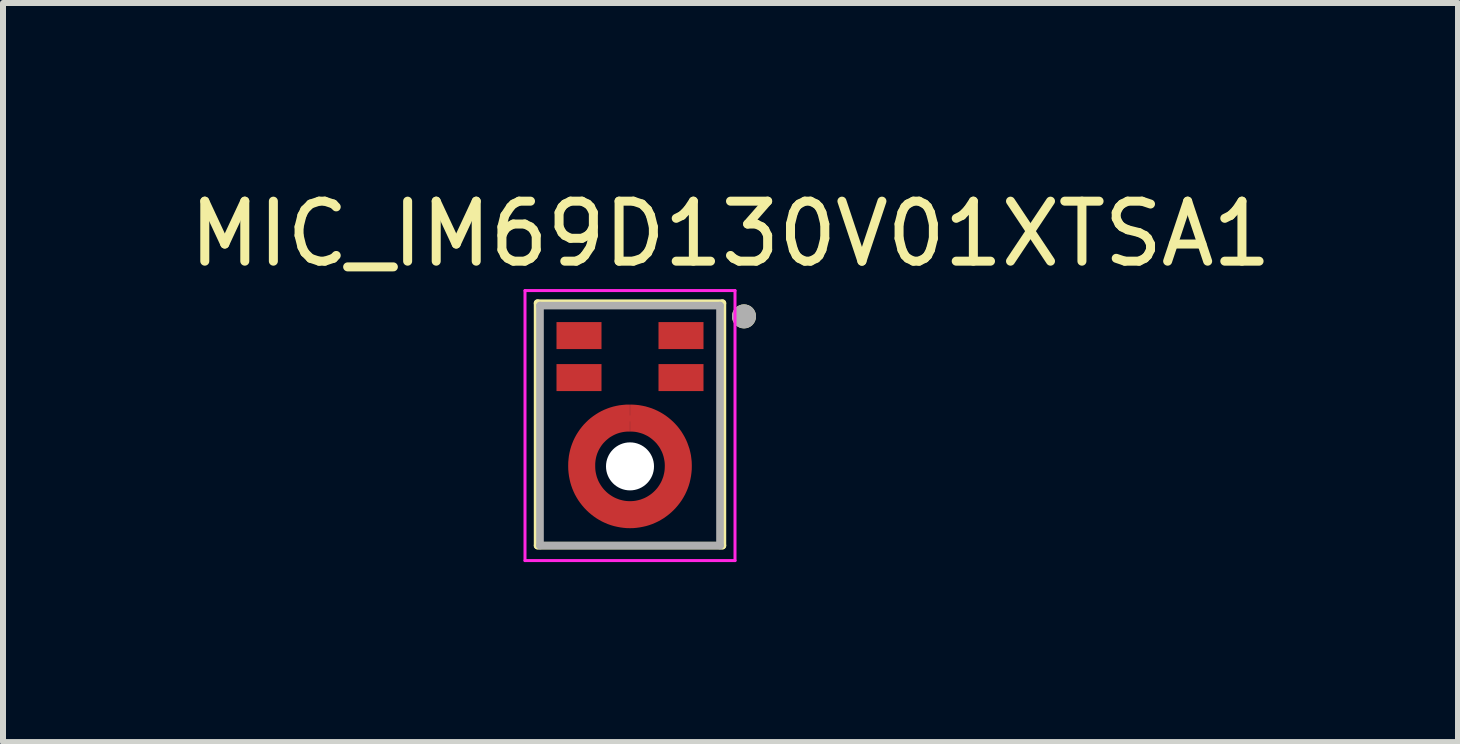
<source format=kicad_pcb>
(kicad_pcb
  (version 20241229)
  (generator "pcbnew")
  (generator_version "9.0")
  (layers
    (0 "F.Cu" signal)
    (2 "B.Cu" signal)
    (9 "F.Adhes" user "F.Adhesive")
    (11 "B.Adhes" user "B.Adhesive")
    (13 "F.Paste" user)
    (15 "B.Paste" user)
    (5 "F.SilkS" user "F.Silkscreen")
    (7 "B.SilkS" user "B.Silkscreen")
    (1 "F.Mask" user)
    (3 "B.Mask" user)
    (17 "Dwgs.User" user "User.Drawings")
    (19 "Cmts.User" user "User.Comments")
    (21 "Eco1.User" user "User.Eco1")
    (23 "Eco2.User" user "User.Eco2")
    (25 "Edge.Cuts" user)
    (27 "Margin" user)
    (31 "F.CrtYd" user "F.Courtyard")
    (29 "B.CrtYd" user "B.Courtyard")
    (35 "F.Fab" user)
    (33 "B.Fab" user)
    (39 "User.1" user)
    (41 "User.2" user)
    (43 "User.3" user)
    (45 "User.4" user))
  (footprint "MIC_IM69D130V01XTSA1"
    (layer "F.Cu")
    (at 7.45 4.043)
    (property "Reference" "MIC_IM69D130V01XTSA1" (at 1.675 -3.195 0) (layer "F.SilkS") (effects (font (size 1 1) (thickness 0.15))))
    (attr through_hole)
    (fp_circle (center 0 0.68) (end 1.13 0.68) (stroke (width 0) (type solid)) (fill yes) (layer "F.Mask"))
    (fp_line (start -1.54 -2.04) (end 1.54 -2.04) (stroke (width 0.127) (type solid)) (layer "F.SilkS"))
    (fp_line (start -1.54 2) (end -1.54 -2.04) (stroke (width 0.127) (type solid)) (layer "F.SilkS"))
    (fp_line (start 1.54 -2.04) (end 1.54 2) (stroke (width 0.127) (type solid)) (layer "F.SilkS"))
    (fp_line (start 1.54 2) (end -1.54 2) (stroke (width 0.127) (type solid)) (layer "F.SilkS"))
    (fp_circle (center 1.9 -1.82) (end 2 -1.82) (stroke (width 0.2) (type solid)) (fill no) (layer "F.SilkS"))
    (fp_poly (pts (xy -0.75 -1.3) (xy -0.95 -1.3) (xy -0.971 -1.301) (xy -0.992 -1.304) (xy -1.012 -1.31) (xy -1.031 -1.317) (xy -1.05 -1.327) (xy -1.068 -1.338) (xy -1.084 -1.351) (xy -1.099 -1.366) (xy -1.112 -1.382) (xy -1.123 -1.4) (xy -1.133 -1.419) (xy -1.14 -1.438) (xy -1.146 -1.458) (xy -1.149 -1.479) (xy -1.15 -1.5) (xy -1.149 -1.521) (xy -1.146 -1.542) (xy -1.14 -1.562) (xy -1.133 -1.581) (xy -1.123 -1.6) (xy -1.112 -1.618) (xy -1.099 -1.634) (xy -1.084 -1.649) (xy -1.068 -1.662) (xy -1.05 -1.673) (xy -1.031 -1.683) (xy -1.012 -1.69) (xy -0.992 -1.696) (xy -0.971 -1.699) (xy -0.95 -1.7) (xy -0.75 -1.7) (xy -0.729 -1.699) (xy -0.708 -1.696) (xy -0.688 -1.69) (xy -0.669 -1.683) (xy -0.65 -1.673) (xy -0.632 -1.662) (xy -0.616 -1.649) (xy -0.601 -1.634) (xy -0.588 -1.618) (xy -0.577 -1.6) (xy -0.567 -1.581) (xy -0.56 -1.562) (xy -0.554 -1.542) (xy -0.551 -1.521) (xy -0.55 -1.5) (xy -0.551 -1.479) (xy -0.554 -1.458) (xy -0.56 -1.438) (xy -0.567 -1.419) (xy -0.577 -1.4) (xy -0.588 -1.382) (xy -0.601 -1.366) (xy -0.616 -1.351) (xy -0.632 -1.338) (xy -0.65 -1.327) (xy -0.669 -1.317) (xy -0.688 -1.31) (xy -0.708 -1.304) (xy -0.729 -1.301) (xy -0.75 -1.3)) (stroke (width 0.0001) (type solid)) (fill yes) (layer "F.Paste"))
    (fp_poly (pts (xy -0.75 -0.6) (xy -0.95 -0.6) (xy -0.971 -0.601) (xy -0.992 -0.604) (xy -1.012 -0.61) (xy -1.031 -0.617) (xy -1.05 -0.627) (xy -1.068 -0.638) (xy -1.084 -0.651) (xy -1.099 -0.666) (xy -1.112 -0.682) (xy -1.123 -0.7) (xy -1.133 -0.719) (xy -1.14 -0.738) (xy -1.146 -0.758) (xy -1.149 -0.779) (xy -1.15 -0.8) (xy -1.149 -0.821) (xy -1.146 -0.842) (xy -1.14 -0.862) (xy -1.133 -0.881) (xy -1.123 -0.9) (xy -1.112 -0.918) (xy -1.099 -0.934) (xy -1.084 -0.949) (xy -1.068 -0.962) (xy -1.05 -0.973) (xy -1.031 -0.983) (xy -1.012 -0.99) (xy -0.992 -0.996) (xy -0.971 -0.999) (xy -0.95 -1) (xy -0.75 -1) (xy -0.729 -0.999) (xy -0.708 -0.996) (xy -0.688 -0.99) (xy -0.669 -0.983) (xy -0.65 -0.973) (xy -0.632 -0.962) (xy -0.616 -0.949) (xy -0.601 -0.934) (xy -0.588 -0.918) (xy -0.577 -0.9) (xy -0.567 -0.881) (xy -0.56 -0.862) (xy -0.554 -0.842) (xy -0.551 -0.821) (xy -0.55 -0.8) (xy -0.551 -0.779) (xy -0.554 -0.758) (xy -0.56 -0.738) (xy -0.567 -0.719) (xy -0.577 -0.7) (xy -0.588 -0.682) (xy -0.601 -0.666) (xy -0.616 -0.651) (xy -0.632 -0.638) (xy -0.65 -0.627) (xy -0.669 -0.617) (xy -0.688 -0.61) (xy -0.708 -0.604) (xy -0.729 -0.601) (xy -0.75 -0.6)) (stroke (width 0.0001) (type solid)) (fill yes) (layer "F.Paste"))
    (fp_poly (pts (xy 0.95 -1.3) (xy 0.75 -1.3) (xy 0.729 -1.301) (xy 0.708 -1.304) (xy 0.688 -1.31) (xy 0.669 -1.317) (xy 0.65 -1.327) (xy 0.632 -1.338) (xy 0.616 -1.351) (xy 0.601 -1.366) (xy 0.588 -1.382) (xy 0.577 -1.4) (xy 0.567 -1.419) (xy 0.56 -1.438) (xy 0.554 -1.458) (xy 0.551 -1.479) (xy 0.55 -1.5) (xy 0.551 -1.521) (xy 0.554 -1.542) (xy 0.56 -1.562) (xy 0.567 -1.581) (xy 0.577 -1.6) (xy 0.588 -1.618) (xy 0.601 -1.634) (xy 0.616 -1.649) (xy 0.632 -1.662) (xy 0.65 -1.673) (xy 0.669 -1.683) (xy 0.688 -1.69) (xy 0.708 -1.696) (xy 0.729 -1.699) (xy 0.75 -1.7) (xy 0.95 -1.7) (xy 0.971 -1.699) (xy 0.992 -1.696) (xy 1.012 -1.69) (xy 1.031 -1.683) (xy 1.05 -1.673) (xy 1.068 -1.662) (xy 1.084 -1.649) (xy 1.099 -1.634) (xy 1.112 -1.618) (xy 1.123 -1.6) (xy 1.133 -1.581) (xy 1.14 -1.562) (xy 1.146 -1.542) (xy 1.149 -1.521) (xy 1.15 -1.5) (xy 1.149 -1.479) (xy 1.146 -1.458) (xy 1.14 -1.438) (xy 1.133 -1.419) (xy 1.123 -1.4) (xy 1.112 -1.382) (xy 1.099 -1.366) (xy 1.084 -1.351) (xy 1.068 -1.338) (xy 1.05 -1.327) (xy 1.031 -1.317) (xy 1.012 -1.31) (xy 0.992 -1.304) (xy 0.971 -1.301) (xy 0.95 -1.3)) (stroke (width 0.0001) (type solid)) (fill yes) (layer "F.Paste"))
    (fp_poly (pts (xy 0.95 -0.6) (xy 0.75 -0.6) (xy 0.729 -0.601) (xy 0.708 -0.604) (xy 0.688 -0.61) (xy 0.669 -0.617) (xy 0.65 -0.627) (xy 0.632 -0.638) (xy 0.616 -0.651) (xy 0.601 -0.666) (xy 0.588 -0.682) (xy 0.577 -0.7) (xy 0.567 -0.719) (xy 0.56 -0.738) (xy 0.554 -0.758) (xy 0.551 -0.779) (xy 0.55 -0.8) (xy 0.551 -0.821) (xy 0.554 -0.842) (xy 0.56 -0.862) (xy 0.567 -0.881) (xy 0.577 -0.9) (xy 0.588 -0.918) (xy 0.601 -0.934) (xy 0.616 -0.949) (xy 0.632 -0.962) (xy 0.65 -0.973) (xy 0.669 -0.983) (xy 0.688 -0.99) (xy 0.708 -0.996) (xy 0.729 -0.999) (xy 0.75 -1) (xy 0.95 -1) (xy 0.971 -0.999) (xy 0.992 -0.996) (xy 1.012 -0.99) (xy 1.031 -0.983) (xy 1.05 -0.973) (xy 1.068 -0.962) (xy 1.084 -0.949) (xy 1.099 -0.934) (xy 1.112 -0.918) (xy 1.123 -0.9) (xy 1.133 -0.881) (xy 1.14 -0.862) (xy 1.146 -0.842) (xy 1.149 -0.821) (xy 1.15 -0.8) (xy 1.149 -0.779) (xy 1.146 -0.758) (xy 1.14 -0.738) (xy 1.133 -0.719) (xy 1.123 -0.7) (xy 1.112 -0.682) (xy 1.099 -0.666) (xy 1.084 -0.651) (xy 1.068 -0.638) (xy 1.05 -0.627) (xy 1.031 -0.617) (xy 1.012 -0.61) (xy 0.992 -0.604) (xy 0.971 -0.601) (xy 0.95 -0.6)) (stroke (width 0.0001) (type solid)) (fill yes) (layer "F.Paste"))
    (fp_poly (pts (xy -0.36 -0.11) (xy -0.36 -0.121) (xy -0.359 -0.132) (xy -0.357 -0.143) (xy -0.355 -0.154) (xy -0.353 -0.164) (xy -0.35 -0.175) (xy -0.346 -0.185) (xy -0.342 -0.195) (xy -0.337 -0.205) (xy -0.332 -0.215) (xy -0.326 -0.224) (xy -0.32 -0.233) (xy -0.313 -0.242) (xy -0.306 -0.251) (xy -0.298 -0.258) (xy -0.291 -0.266) (xy -0.282 -0.273) (xy -0.273 -0.28) (xy -0.264 -0.286) (xy -0.255 -0.292) (xy -0.245 -0.297) (xy -0.235 -0.302) (xy -0.225 -0.306) (xy -0.215 -0.31) (xy -0.204 -0.313) (xy -0.194 -0.315) (xy -0.183 -0.317) (xy -0.172 -0.319) (xy -0.161 -0.32) (xy -0.15 -0.32) (xy 0.15 -0.32) (xy 0.161 -0.32) (xy 0.172 -0.319) (xy 0.183 -0.317) (xy 0.194 -0.315) (xy 0.204 -0.313) (xy 0.215 -0.31) (xy 0.225 -0.306) (xy 0.235 -0.302) (xy 0.245 -0.297) (xy 0.255 -0.292) (xy 0.264 -0.286) (xy 0.273 -0.28) (xy 0.282 -0.273) (xy 0.291 -0.266) (xy 0.298 -0.258) (xy 0.306 -0.251) (xy 0.313 -0.242) (xy 0.32 -0.233) (xy 0.326 -0.224) (xy 0.332 -0.215) (xy 0.337 -0.205) (xy 0.342 -0.195) (xy 0.346 -0.185) (xy 0.35 -0.175) (xy 0.353 -0.164) (xy 0.355 -0.154) (xy 0.357 -0.143) (xy 0.359 -0.132) (xy 0.36 -0.121) (xy 0.36 -0.11) (xy 0.36 -0.099) (xy 0.359 -0.088) (xy 0.357 -0.077) (xy 0.355 -0.066) (xy 0.353 -0.056) (xy 0.35 -0.045) (xy 0.346 -0.035) (xy 0.342 -0.025) (xy 0.337 -0.015) (xy 0.332 -0.005) (xy 0.326 0.004) (xy 0.32 0.013) (xy 0.313 0.022) (xy 0.306 0.031) (xy 0.298 0.038) (xy 0.291 0.046) (xy 0.282 0.053) (xy 0.273 0.06) (xy 0.264 0.066) (xy 0.255 0.072) (xy 0.245 0.077) (xy 0.235 0.082) (xy 0.225 0.086) (xy 0.215 0.09) (xy 0.204 0.093) (xy 0.194 0.095) (xy 0.183 0.097) (xy 0.172 0.099) (xy 0.161 0.1) (xy 0.15 0.1) (xy 0.14 0.1) (xy 0.135 0.098) (xy 0.13 0.097) (xy 0.126 0.096) (xy 0.121 0.094) (xy 0.116 0.093) (xy 0.112 0.092) (xy 0.107 0.091) (xy 0.103 0.09) (xy 0.098 0.089) (xy 0.093 0.088) (xy 0.089 0.087) (xy 0.084 0.086) (xy 0.079 0.085) (xy 0.075 0.084) (xy 0.07 0.084) (xy 0.065 0.083) (xy 0.061 0.083) (xy 0.056 0.082) (xy 0.051 0.082) (xy 0.046 0.081) (xy 0.042 0.081) (xy 0.037 0.08) (xy 0.032 0.08) (xy 0.027 0.08) (xy 0.023 0.08) (xy 0.018 0.08) (xy 0.013 0.08) (xy 0.009 0.08) (xy 0.004 0.08) (xy 0 0.08) (xy -0.004 0.08) (xy -0.009 0.08) (xy -0.013 0.08) (xy -0.018 0.08) (xy -0.023 0.08) (xy -0.027 0.08) (xy -0.032 0.08) (xy -0.037 0.08) (xy -0.042 0.081) (xy -0.046 0.081) (xy -0.051 0.082) (xy -0.056 0.082) (xy -0.061 0.083) (xy -0.065 0.083) (xy -0.07 0.084) (xy -0.075 0.084) (xy -0.079 0.085) (xy -0.084 0.086) (xy -0.089 0.087) (xy -0.093 0.088) (xy -0.098 0.089) (xy -0.103 0.09) (xy -0.107 0.091) (xy -0.112 0.092) (xy -0.116 0.093) (xy -0.121 0.094) (xy -0.126 0.096) (xy -0.13 0.097) (xy -0.135 0.098) (xy -0.14 0.1) (xy -0.15 0.1) (xy -0.161 0.1) (xy -0.172 0.099) (xy -0.183 0.097) (xy -0.194 0.095) (xy -0.204 0.093) (xy -0.215 0.09) (xy -0.225 0.086) (xy -0.235 0.082) (xy -0.245 0.077) (xy -0.255 0.072) (xy -0.264 0.066) (xy -0.273 0.06) (xy -0.282 0.053) (xy -0.291 0.046) (xy -0.298 0.038) (xy -0.306 0.031) (xy -0.313 0.022) (xy -0.32 0.013) (xy -0.326 0.004) (xy -0.332 -0.005) (xy -0.337 -0.015) (xy -0.342 -0.025) (xy -0.346 -0.035) (xy -0.35 -0.045) (xy -0.353 -0.056) (xy -0.355 -0.066) (xy -0.357 -0.077) (xy -0.359 -0.088) (xy -0.36 -0.099) (xy -0.36 -0.11)) (stroke (width 0.001) (type solid)) (fill yes) (layer "F.Paste"))
    (fp_poly (pts (xy 0.36 1.47) (xy 0.36 1.481) (xy 0.359 1.492) (xy 0.357 1.503) (xy 0.355 1.514) (xy 0.353 1.524) (xy 0.35 1.535) (xy 0.346 1.545) (xy 0.342 1.555) (xy 0.337 1.565) (xy 0.332 1.575) (xy 0.326 1.584) (xy 0.32 1.593) (xy 0.313 1.602) (xy 0.306 1.611) (xy 0.298 1.618) (xy 0.291 1.626) (xy 0.282 1.633) (xy 0.273 1.64) (xy 0.264 1.646) (xy 0.255 1.652) (xy 0.245 1.657) (xy 0.235 1.662) (xy 0.225 1.666) (xy 0.215 1.67) (xy 0.204 1.673) (xy 0.194 1.675) (xy 0.183 1.677) (xy 0.172 1.679) (xy 0.161 1.68) (xy 0.15 1.68) (xy -0.15 1.68) (xy -0.161 1.68) (xy -0.172 1.679) (xy -0.183 1.677) (xy -0.194 1.675) (xy -0.204 1.673) (xy -0.215 1.67) (xy -0.225 1.666) (xy -0.235 1.662) (xy -0.245 1.657) (xy -0.255 1.652) (xy -0.264 1.646) (xy -0.273 1.64) (xy -0.282 1.633) (xy -0.291 1.626) (xy -0.298 1.618) (xy -0.306 1.611) (xy -0.313 1.602) (xy -0.32 1.593) (xy -0.326 1.584) (xy -0.332 1.575) (xy -0.337 1.565) (xy -0.342 1.555) (xy -0.346 1.545) (xy -0.35 1.535) (xy -0.353 1.524) (xy -0.355 1.514) (xy -0.357 1.503) (xy -0.359 1.492) (xy -0.36 1.481) (xy -0.36 1.47) (xy -0.36 1.459) (xy -0.359 1.448) (xy -0.357 1.437) (xy -0.355 1.426) (xy -0.353 1.416) (xy -0.35 1.405) (xy -0.346 1.395) (xy -0.342 1.385) (xy -0.337 1.375) (xy -0.332 1.365) (xy -0.326 1.356) (xy -0.32 1.347) (xy -0.313 1.338) (xy -0.306 1.329) (xy -0.298 1.322) (xy -0.291 1.314) (xy -0.282 1.307) (xy -0.273 1.3) (xy -0.264 1.294) (xy -0.255 1.288) (xy -0.245 1.283) (xy -0.235 1.278) (xy -0.225 1.274) (xy -0.215 1.27) (xy -0.204 1.267) (xy -0.194 1.265) (xy -0.183 1.263) (xy -0.172 1.261) (xy -0.161 1.26) (xy -0.15 1.26) (xy -0.14 1.26) (xy -0.135 1.262) (xy -0.13 1.263) (xy -0.126 1.264) (xy -0.121 1.266) (xy -0.116 1.267) (xy -0.112 1.268) (xy -0.107 1.269) (xy -0.103 1.27) (xy -0.098 1.271) (xy -0.093 1.272) (xy -0.089 1.273) (xy -0.084 1.274) (xy -0.079 1.275) (xy -0.075 1.276) (xy -0.07 1.276) (xy -0.065 1.277) (xy -0.061 1.277) (xy -0.056 1.278) (xy -0.051 1.278) (xy -0.046 1.279) (xy -0.042 1.279) (xy -0.037 1.28) (xy -0.032 1.28) (xy -0.027 1.28) (xy -0.023 1.28) (xy -0.018 1.28) (xy -0.013 1.28) (xy -0.009 1.28) (xy -0.004 1.28) (xy 0 1.28) (xy 0.004 1.28) (xy 0.009 1.28) (xy 0.013 1.28) (xy 0.018 1.28) (xy 0.023 1.28) (xy 0.027 1.28) (xy 0.032 1.28) (xy 0.037 1.28) (xy 0.042 1.279) (xy 0.046 1.279) (xy 0.051 1.278) (xy 0.056 1.278) (xy 0.061 1.277) (xy 0.065 1.277) (xy 0.07 1.276) (xy 0.075 1.276) (xy 0.079 1.275) (xy 0.084 1.274) (xy 0.089 1.273) (xy 0.093 1.272) (xy 0.098 1.271) (xy 0.103 1.27) (xy 0.107 1.269) (xy 0.112 1.268) (xy 0.116 1.267) (xy 0.121 1.266) (xy 0.126 1.264) (xy 0.13 1.263) (xy 0.135 1.262) (xy 0.14 1.26) (xy 0.15 1.26) (xy 0.161 1.26) (xy 0.172 1.261) (xy 0.183 1.263) (xy 0.194 1.265) (xy 0.204 1.267) (xy 0.215 1.27) (xy 0.225 1.274) (xy 0.235 1.278) (xy 0.245 1.283) (xy 0.255 1.288) (xy 0.264 1.294) (xy 0.273 1.3) (xy 0.282 1.307) (xy 0.291 1.314) (xy 0.298 1.322) (xy 0.306 1.329) (xy 0.313 1.338) (xy 0.32 1.347) (xy 0.326 1.356) (xy 0.332 1.365) (xy 0.337 1.375) (xy 0.342 1.385) (xy 0.346 1.395) (xy 0.35 1.405) (xy 0.353 1.416) (xy 0.355 1.426) (xy 0.357 1.437) (xy 0.359 1.448) (xy 0.36 1.459) (xy 0.36 1.47)) (stroke (width 0.001) (type solid)) (fill yes) (layer "F.Paste"))
    (fp_poly (pts (xy -0.864 0.597) (xy -0.874 0.591) (xy -0.883 0.585) (xy -0.891 0.578) (xy -0.9 0.571) (xy -0.908 0.563) (xy -0.915 0.555) (xy -0.922 0.547) (xy -0.929 0.538) (xy -0.935 0.529) (xy -0.941 0.52) (xy -0.946 0.51) (xy -0.951 0.5) (xy -0.955 0.49) (xy -0.959 0.48) (xy -0.962 0.469) (xy -0.965 0.459) (xy -0.967 0.448) (xy -0.968 0.437) (xy -0.969 0.426) (xy -0.969 0.415) (xy -0.969 0.404) (xy -0.968 0.393) (xy -0.967 0.382) (xy -0.965 0.371) (xy -0.962 0.361) (xy -0.959 0.35) (xy -0.955 0.34) (xy -0.951 0.329) (xy -0.946 0.32) (xy -0.941 0.31) (xy -0.866 0.18) (xy -0.791 0.05) (xy -0.785 0.041) (xy -0.779 0.032) (xy -0.772 0.023) (xy -0.765 0.015) (xy -0.758 0.007) (xy -0.75 -0.001) (xy -0.741 -0.008) (xy -0.733 -0.015) (xy -0.724 -0.021) (xy -0.714 -0.027) (xy -0.704 -0.032) (xy -0.695 -0.037) (xy -0.684 -0.041) (xy -0.674 -0.045) (xy -0.664 -0.048) (xy -0.653 -0.05) (xy -0.642 -0.052) (xy -0.631 -0.054) (xy -0.62 -0.055) (xy -0.609 -0.055) (xy -0.598 -0.055) (xy -0.587 -0.054) (xy -0.576 -0.052) (xy -0.565 -0.05) (xy -0.555 -0.048) (xy -0.544 -0.045) (xy -0.534 -0.041) (xy -0.524 -0.037) (xy -0.514 -0.032) (xy -0.504 -0.027) (xy -0.495 -0.021) (xy -0.486 -0.015) (xy -0.477 -0.008) (xy -0.469 -0.001) (xy -0.461 0.007) (xy -0.453 0.015) (xy -0.446 0.023) (xy -0.439 0.032) (xy -0.433 0.041) (xy -0.427 0.05) (xy -0.422 0.06) (xy -0.417 0.07) (xy -0.413 0.08) (xy -0.409 0.09) (xy -0.406 0.101) (xy -0.404 0.111) (xy -0.402 0.122) (xy -0.4 0.133) (xy -0.399 0.144) (xy -0.399 0.155) (xy -0.399 0.166) (xy -0.4 0.177) (xy -0.402 0.188) (xy -0.404 0.199) (xy -0.406 0.209) (xy -0.409 0.22) (xy -0.413 0.23) (xy -0.417 0.241) (xy -0.422 0.25) (xy -0.427 0.26) (xy -0.432 0.269) (xy -0.436 0.273) (xy -0.44 0.276) (xy -0.443 0.279) (xy -0.447 0.282) (xy -0.45 0.286) (xy -0.453 0.289) (xy -0.457 0.293) (xy -0.46 0.296) (xy -0.463 0.3) (xy -0.466 0.303) (xy -0.469 0.307) (xy -0.472 0.31) (xy -0.475 0.314) (xy -0.478 0.318) (xy -0.481 0.321) (xy -0.484 0.325) (xy -0.487 0.329) (xy -0.49 0.333) (xy -0.493 0.336) (xy -0.495 0.34) (xy -0.498 0.344) (xy -0.501 0.348) (xy -0.503 0.352) (xy -0.506 0.356) (xy -0.508 0.36) (xy -0.511 0.364) (xy -0.513 0.368) (xy -0.516 0.373) (xy -0.518 0.377) (xy -0.52 0.38) (xy -0.522 0.383) (xy -0.524 0.387) (xy -0.526 0.391) (xy -0.529 0.396) (xy -0.531 0.4) (xy -0.533 0.404) (xy -0.536 0.408) (xy -0.538 0.412) (xy -0.54 0.416) (xy -0.542 0.421) (xy -0.544 0.425) (xy -0.546 0.429) (xy -0.548 0.434) (xy -0.55 0.438) (xy -0.551 0.442) (xy -0.553 0.447) (xy -0.555 0.451) (xy -0.556 0.456) (xy -0.558 0.46) (xy -0.56 0.465) (xy -0.561 0.469) (xy -0.563 0.474) (xy -0.564 0.478) (xy -0.565 0.483) (xy -0.567 0.487) (xy -0.568 0.492) (xy -0.569 0.496) (xy -0.57 0.501) (xy -0.571 0.506) (xy -0.572 0.511) (xy -0.577 0.52) (xy -0.583 0.529) (xy -0.589 0.538) (xy -0.596 0.547) (xy -0.603 0.555) (xy -0.611 0.563) (xy -0.619 0.571) (xy -0.627 0.578) (xy -0.636 0.585) (xy -0.645 0.591) (xy -0.654 0.597) (xy -0.664 0.602) (xy -0.674 0.607) (xy -0.684 0.611) (xy -0.694 0.615) (xy -0.705 0.618) (xy -0.715 0.62) (xy -0.726 0.622) (xy -0.737 0.624) (xy -0.748 0.625) (xy -0.759 0.625) (xy -0.77 0.625) (xy -0.781 0.624) (xy -0.792 0.622) (xy -0.803 0.62) (xy -0.814 0.618) (xy -0.824 0.615) (xy -0.834 0.611) (xy -0.845 0.607) (xy -0.854 0.602) (xy -0.864 0.597) (xy -0.864 0.597)) (stroke (width 0.001) (type solid)) (fill yes) (layer "F.Paste"))
    (fp_poly (pts (xy -0.504 1.387) (xy -0.514 1.392) (xy -0.524 1.397) (xy -0.534 1.401) (xy -0.544 1.405) (xy -0.555 1.408) (xy -0.565 1.41) (xy -0.576 1.412) (xy -0.587 1.414) (xy -0.598 1.415) (xy -0.609 1.415) (xy -0.62 1.415) (xy -0.631 1.414) (xy -0.642 1.412) (xy -0.653 1.41) (xy -0.664 1.408) (xy -0.674 1.405) (xy -0.684 1.401) (xy -0.695 1.397) (xy -0.704 1.392) (xy -0.714 1.387) (xy -0.724 1.381) (xy -0.733 1.375) (xy -0.741 1.368) (xy -0.75 1.361) (xy -0.758 1.353) (xy -0.765 1.345) (xy -0.772 1.337) (xy -0.779 1.328) (xy -0.785 1.319) (xy -0.791 1.31) (xy -0.866 1.18) (xy -0.941 1.05) (xy -0.946 1.04) (xy -0.951 1.031) (xy -0.955 1.02) (xy -0.959 1.01) (xy -0.962 0.999) (xy -0.965 0.989) (xy -0.967 0.978) (xy -0.968 0.967) (xy -0.969 0.956) (xy -0.969 0.945) (xy -0.969 0.934) (xy -0.968 0.923) (xy -0.967 0.912) (xy -0.965 0.901) (xy -0.962 0.891) (xy -0.959 0.88) (xy -0.955 0.87) (xy -0.951 0.86) (xy -0.946 0.85) (xy -0.941 0.84) (xy -0.935 0.831) (xy -0.929 0.822) (xy -0.922 0.813) (xy -0.915 0.805) (xy -0.908 0.797) (xy -0.9 0.789) (xy -0.891 0.782) (xy -0.883 0.775) (xy -0.874 0.769) (xy -0.864 0.763) (xy -0.854 0.758) (xy -0.845 0.753) (xy -0.834 0.749) (xy -0.824 0.745) (xy -0.814 0.742) (xy -0.803 0.74) (xy -0.792 0.738) (xy -0.781 0.736) (xy -0.77 0.735) (xy -0.759 0.735) (xy -0.748 0.735) (xy -0.737 0.736) (xy -0.726 0.738) (xy -0.715 0.74) (xy -0.705 0.742) (xy -0.694 0.745) (xy -0.684 0.749) (xy -0.674 0.753) (xy -0.664 0.758) (xy -0.654 0.763) (xy -0.645 0.769) (xy -0.636 0.775) (xy -0.627 0.782) (xy -0.619 0.789) (xy -0.611 0.797) (xy -0.603 0.805) (xy -0.596 0.813) (xy -0.589 0.822) (xy -0.583 0.831) (xy -0.577 0.84) (xy -0.572 0.849) (xy -0.571 0.854) (xy -0.57 0.859) (xy -0.569 0.864) (xy -0.568 0.868) (xy -0.567 0.873) (xy -0.565 0.877) (xy -0.564 0.882) (xy -0.563 0.886) (xy -0.561 0.891) (xy -0.56 0.895) (xy -0.558 0.9) (xy -0.556 0.904) (xy -0.555 0.909) (xy -0.553 0.913) (xy -0.551 0.918) (xy -0.55 0.922) (xy -0.548 0.926) (xy -0.546 0.931) (xy -0.544 0.935) (xy -0.542 0.939) (xy -0.54 0.943) (xy -0.538 0.948) (xy -0.536 0.952) (xy -0.533 0.956) (xy -0.531 0.96) (xy -0.529 0.964) (xy -0.526 0.969) (xy -0.524 0.973) (xy -0.522 0.977) (xy -0.52 0.98) (xy -0.518 0.983) (xy -0.516 0.987) (xy -0.513 0.992) (xy -0.511 0.996) (xy -0.508 1) (xy -0.506 1.004) (xy -0.503 1.008) (xy -0.501 1.012) (xy -0.498 1.016) (xy -0.495 1.02) (xy -0.493 1.024) (xy -0.49 1.027) (xy -0.487 1.031) (xy -0.484 1.035) (xy -0.481 1.039) (xy -0.478 1.042) (xy -0.475 1.046) (xy -0.472 1.05) (xy -0.469 1.053) (xy -0.466 1.057) (xy -0.463 1.06) (xy -0.46 1.064) (xy -0.457 1.067) (xy -0.453 1.071) (xy -0.45 1.074) (xy -0.447 1.078) (xy -0.443 1.081) (xy -0.44 1.084) (xy -0.436 1.087) (xy -0.432 1.091) (xy -0.427 1.1) (xy -0.422 1.11) (xy -0.417 1.119) (xy -0.413 1.13) (xy -0.409 1.14) (xy -0.406 1.151) (xy -0.404 1.161) (xy -0.402 1.172) (xy -0.4 1.183) (xy -0.399 1.194) (xy -0.399 1.205) (xy -0.399 1.216) (xy -0.4 1.227) (xy -0.402 1.238) (xy -0.404 1.249) (xy -0.406 1.259) (xy -0.409 1.27) (xy -0.413 1.28) (xy -0.417 1.29) (xy -0.422 1.3) (xy -0.427 1.31) (xy -0.433 1.319) (xy -0.439 1.328) (xy -0.446 1.337) (xy -0.453 1.345) (xy -0.461 1.353) (xy -0.469 1.361) (xy -0.477 1.368) (xy -0.486 1.375) (xy -0.495 1.381) (xy -0.504 1.387) (xy -0.504 1.387)) (stroke (width 0.001) (type solid)) (fill yes) (layer "F.Paste"))
    (fp_poly (pts (xy 0.504 -0.027) (xy 0.514 -0.032) (xy 0.524 -0.037) (xy 0.534 -0.041) (xy 0.544 -0.045) (xy 0.555 -0.048) (xy 0.565 -0.05) (xy 0.576 -0.052) (xy 0.587 -0.054) (xy 0.598 -0.055) (xy 0.609 -0.055) (xy 0.62 -0.055) (xy 0.631 -0.054) (xy 0.642 -0.052) (xy 0.653 -0.05) (xy 0.664 -0.048) (xy 0.674 -0.045) (xy 0.684 -0.041) (xy 0.695 -0.037) (xy 0.704 -0.032) (xy 0.714 -0.027) (xy 0.724 -0.021) (xy 0.733 -0.015) (xy 0.741 -0.008) (xy 0.75 -0.001) (xy 0.758 0.007) (xy 0.765 0.015) (xy 0.772 0.023) (xy 0.779 0.032) (xy 0.785 0.041) (xy 0.791 0.05) (xy 0.866 0.18) (xy 0.941 0.31) (xy 0.946 0.32) (xy 0.951 0.329) (xy 0.955 0.34) (xy 0.959 0.35) (xy 0.962 0.361) (xy 0.965 0.371) (xy 0.967 0.382) (xy 0.968 0.393) (xy 0.969 0.404) (xy 0.969 0.415) (xy 0.969 0.426) (xy 0.968 0.437) (xy 0.967 0.448) (xy 0.965 0.459) (xy 0.962 0.469) (xy 0.959 0.48) (xy 0.955 0.49) (xy 0.951 0.5) (xy 0.946 0.51) (xy 0.941 0.52) (xy 0.935 0.529) (xy 0.929 0.538) (xy 0.922 0.547) (xy 0.915 0.555) (xy 0.908 0.563) (xy 0.9 0.571) (xy 0.891 0.578) (xy 0.883 0.585) (xy 0.874 0.591) (xy 0.864 0.597) (xy 0.854 0.602) (xy 0.845 0.607) (xy 0.834 0.611) (xy 0.824 0.615) (xy 0.814 0.618) (xy 0.803 0.62) (xy 0.792 0.622) (xy 0.781 0.624) (xy 0.77 0.625) (xy 0.759 0.625) (xy 0.748 0.625) (xy 0.737 0.624) (xy 0.726 0.622) (xy 0.715 0.62) (xy 0.705 0.618) (xy 0.694 0.615) (xy 0.684 0.611) (xy 0.674 0.607) (xy 0.664 0.602) (xy 0.654 0.597) (xy 0.645 0.591) (xy 0.636 0.585) (xy 0.627 0.578) (xy 0.619 0.571) (xy 0.611 0.563) (xy 0.603 0.555) (xy 0.596 0.547) (xy 0.589 0.538) (xy 0.583 0.529) (xy 0.577 0.52) (xy 0.572 0.511) (xy 0.571 0.506) (xy 0.57 0.501) (xy 0.569 0.496) (xy 0.568 0.492) (xy 0.567 0.487) (xy 0.565 0.483) (xy 0.564 0.478) (xy 0.563 0.474) (xy 0.561 0.469) (xy 0.56 0.465) (xy 0.558 0.46) (xy 0.556 0.456) (xy 0.555 0.451) (xy 0.553 0.447) (xy 0.551 0.442) (xy 0.55 0.438) (xy 0.548 0.434) (xy 0.546 0.429) (xy 0.544 0.425) (xy 0.542 0.421) (xy 0.54 0.417) (xy 0.538 0.412) (xy 0.536 0.408) (xy 0.533 0.404) (xy 0.531 0.4) (xy 0.529 0.396) (xy 0.526 0.391) (xy 0.524 0.387) (xy 0.522 0.383) (xy 0.52 0.38) (xy 0.518 0.377) (xy 0.516 0.373) (xy 0.513 0.368) (xy 0.511 0.364) (xy 0.508 0.36) (xy 0.506 0.356) (xy 0.503 0.352) (xy 0.501 0.348) (xy 0.498 0.344) (xy 0.495 0.34) (xy 0.493 0.336) (xy 0.49 0.333) (xy 0.487 0.329) (xy 0.484 0.325) (xy 0.481 0.321) (xy 0.478 0.318) (xy 0.475 0.314) (xy 0.472 0.31) (xy 0.469 0.307) (xy 0.466 0.303) (xy 0.463 0.3) (xy 0.46 0.296) (xy 0.457 0.293) (xy 0.453 0.289) (xy 0.45 0.286) (xy 0.447 0.282) (xy 0.443 0.279) (xy 0.44 0.276) (xy 0.436 0.273) (xy 0.432 0.269) (xy 0.427 0.26) (xy 0.422 0.25) (xy 0.417 0.241) (xy 0.413 0.23) (xy 0.409 0.22) (xy 0.406 0.209) (xy 0.404 0.199) (xy 0.402 0.188) (xy 0.4 0.177) (xy 0.399 0.166) (xy 0.399 0.155) (xy 0.399 0.144) (xy 0.4 0.133) (xy 0.402 0.122) (xy 0.404 0.111) (xy 0.406 0.101) (xy 0.409 0.09) (xy 0.413 0.08) (xy 0.417 0.07) (xy 0.422 0.06) (xy 0.427 0.05) (xy 0.433 0.041) (xy 0.439 0.032) (xy 0.446 0.023) (xy 0.453 0.015) (xy 0.461 0.007) (xy 0.469 -0.001) (xy 0.477 -0.008) (xy 0.486 -0.015) (xy 0.495 -0.021) (xy 0.504 -0.027) (xy 0.504 -0.027)) (stroke (width 0.001) (type solid)) (fill yes) (layer "F.Paste"))
    (fp_poly (pts (xy 0.864 0.763) (xy 0.874 0.769) (xy 0.883 0.775) (xy 0.891 0.782) (xy 0.9 0.789) (xy 0.908 0.797) (xy 0.915 0.805) (xy 0.922 0.813) (xy 0.929 0.822) (xy 0.935 0.831) (xy 0.941 0.84) (xy 0.946 0.85) (xy 0.951 0.86) (xy 0.955 0.87) (xy 0.959 0.88) (xy 0.962 0.891) (xy 0.965 0.901) (xy 0.967 0.912) (xy 0.968 0.923) (xy 0.969 0.934) (xy 0.969 0.945) (xy 0.969 0.956) (xy 0.968 0.967) (xy 0.967 0.978) (xy 0.965 0.989) (xy 0.962 0.999) (xy 0.959 1.01) (xy 0.955 1.02) (xy 0.951 1.031) (xy 0.946 1.04) (xy 0.941 1.05) (xy 0.866 1.18) (xy 0.791 1.31) (xy 0.785 1.319) (xy 0.779 1.328) (xy 0.772 1.337) (xy 0.765 1.345) (xy 0.758 1.353) (xy 0.75 1.361) (xy 0.741 1.368) (xy 0.733 1.375) (xy 0.724 1.381) (xy 0.714 1.387) (xy 0.704 1.392) (xy 0.695 1.397) (xy 0.684 1.401) (xy 0.674 1.405) (xy 0.664 1.408) (xy 0.653 1.41) (xy 0.642 1.412) (xy 0.631 1.414) (xy 0.62 1.415) (xy 0.609 1.415) (xy 0.598 1.415) (xy 0.587 1.414) (xy 0.576 1.412) (xy 0.565 1.41) (xy 0.555 1.408) (xy 0.544 1.405) (xy 0.534 1.401) (xy 0.524 1.397) (xy 0.514 1.392) (xy 0.504 1.387) (xy 0.495 1.381) (xy 0.486 1.375) (xy 0.477 1.368) (xy 0.469 1.361) (xy 0.461 1.353) (xy 0.453 1.345) (xy 0.446 1.337) (xy 0.439 1.328) (xy 0.433 1.319) (xy 0.427 1.31) (xy 0.422 1.3) (xy 0.417 1.29) (xy 0.413 1.28) (xy 0.409 1.27) (xy 0.406 1.259) (xy 0.404 1.249) (xy 0.402 1.238) (xy 0.4 1.227) (xy 0.399 1.216) (xy 0.399 1.205) (xy 0.399 1.194) (xy 0.4 1.183) (xy 0.402 1.172) (xy 0.404 1.161) (xy 0.406 1.151) (xy 0.409 1.14) (xy 0.413 1.13) (xy 0.417 1.119) (xy 0.422 1.11) (xy 0.427 1.1) (xy 0.432 1.091) (xy 0.436 1.087) (xy 0.44 1.084) (xy 0.443 1.081) (xy 0.447 1.078) (xy 0.45 1.074) (xy 0.453 1.071) (xy 0.457 1.067) (xy 0.46 1.064) (xy 0.463 1.06) (xy 0.466 1.057) (xy 0.469 1.053) (xy 0.472 1.05) (xy 0.475 1.046) (xy 0.478 1.042) (xy 0.481 1.039) (xy 0.484 1.035) (xy 0.487 1.031) (xy 0.49 1.027) (xy 0.493 1.024) (xy 0.495 1.02) (xy 0.498 1.016) (xy 0.501 1.012) (xy 0.503 1.008) (xy 0.506 1.004) (xy 0.508 1) (xy 0.511 0.996) (xy 0.513 0.992) (xy 0.516 0.987) (xy 0.518 0.983) (xy 0.52 0.98) (xy 0.522 0.977) (xy 0.524 0.973) (xy 0.526 0.969) (xy 0.529 0.964) (xy 0.531 0.96) (xy 0.533 0.956) (xy 0.536 0.952) (xy 0.538 0.948) (xy 0.54 0.944) (xy 0.542 0.939) (xy 0.544 0.935) (xy 0.546 0.931) (xy 0.548 0.926) (xy 0.55 0.922) (xy 0.551 0.918) (xy 0.553 0.913) (xy 0.555 0.909) (xy 0.556 0.904) (xy 0.558 0.9) (xy 0.56 0.895) (xy 0.561 0.891) (xy 0.563 0.886) (xy 0.564 0.882) (xy 0.565 0.877) (xy 0.567 0.873) (xy 0.568 0.868) (xy 0.569 0.864) (xy 0.57 0.859) (xy 0.571 0.854) (xy 0.572 0.849) (xy 0.577 0.84) (xy 0.583 0.831) (xy 0.589 0.822) (xy 0.596 0.813) (xy 0.603 0.805) (xy 0.611 0.797) (xy 0.619 0.789) (xy 0.627 0.782) (xy 0.636 0.775) (xy 0.645 0.769) (xy 0.654 0.763) (xy 0.664 0.758) (xy 0.674 0.753) (xy 0.684 0.749) (xy 0.694 0.745) (xy 0.705 0.742) (xy 0.715 0.74) (xy 0.726 0.738) (xy 0.737 0.736) (xy 0.748 0.735) (xy 0.759 0.735) (xy 0.77 0.735) (xy 0.781 0.736) (xy 0.792 0.738) (xy 0.803 0.74) (xy 0.814 0.742) (xy 0.824 0.745) (xy 0.834 0.749) (xy 0.845 0.753) (xy 0.854 0.758) (xy 0.864 0.763) (xy 0.864 0.763)) (stroke (width 0.001) (type solid)) (fill yes) (layer "F.Paste"))
    (fp_line (start -1.75 -2.25) (end 1.75 -2.25) (stroke (width 0.05) (type solid)) (layer "F.CrtYd"))
    (fp_line (start -1.75 2.25) (end -1.75 -2.25) (stroke (width 0.05) (type solid)) (layer "F.CrtYd"))
    (fp_line (start 1.75 -2.25) (end 1.75 2.25) (stroke (width 0.05) (type solid)) (layer "F.CrtYd"))
    (fp_line (start 1.75 2.25) (end -1.75 2.25) (stroke (width 0.05) (type solid)) (layer "F.CrtYd"))
    (fp_line (start -1.5 -2) (end 1.5 -2) (stroke (width 0.127) (type solid)) (layer "F.Fab"))
    (fp_line (start -1.5 2) (end -1.5 -2) (stroke (width 0.127) (type solid)) (layer "F.Fab"))
    (fp_line (start 1.5 -2) (end 1.5 2) (stroke (width 0.127) (type solid)) (layer "F.Fab"))
    (fp_line (start 1.5 2) (end -1.5 2) (stroke (width 0.127) (type solid)) (layer "F.Fab"))
    (fp_circle (center 1.9 -1.82) (end 2 -1.82) (stroke (width 0.2) (type solid)) (fill no) (layer "F.Fab"))
    (pad "" np_thru_hole circle (at 0 0.68) (size 0.8 0.8) (drill 0.8) (layers "*.Cu" "*.Mask"))
    (pad "1" smd rect (at 0.85 -1.5) (size 0.75 0.45) (layers "F.Cu" "F.Mask"))
    (pad "2" smd rect (at 0.85 -0.8) (size 0.75 0.45) (layers "F.Cu" "F.Mask"))
    (pad "3" smd rect (at -0.85 -1.5) (size 0.75 0.45) (layers "F.Cu" "F.Mask"))
    (pad "4" smd rect (at -0.85 -0.8) (size 0.75 0.45) (layers "F.Cu" "F.Mask"))
    (pad "5" smd custom (at 0 -0.12) (size 0.1 0.1) (layers "F.Cu") (options (anchor rect)) (primitives (gr_poly (pts (xy 0.001 0.22) (xy 0.001 -0.23) (xy 0.046 -0.229) (xy 0.099 -0.226) (xy 0.152 -0.22) (xy 0.205 -0.211) (xy 0.257 -0.2) (xy 0.309 -0.185) (xy 0.359 -0.169) (xy 0.409 -0.149) (xy 0.457 -0.127) (xy 0.505 -0.102) (xy 0.551 -0.075) (xy 0.595 -0.046) (xy 0.638 -0.014) (xy 0.679 0.02) (xy 0.719 0.056) (xy 0.756 0.094) (xy 0.792 0.134) (xy 0.825 0.176) (xy 0.856 0.219) (xy 0.884 0.264) (xy 0.911 0.311) (xy 0.935 0.359) (xy 0.956 0.408) (xy 0.974 0.458) (xy 0.991 0.508) (xy 1.004 0.56) (xy 1.015 0.612) (xy 1.022 0.665) (xy 1.028 0.718) (xy 1.03 0.78) (xy 1.03 0.8) (xy 1.029 0.854) (xy 1.024 0.908) (xy 1.017 0.961) (xy 1.007 1.014) (xy 0.995 1.067) (xy 0.98 1.118) (xy 0.962 1.169) (xy 0.941 1.219) (xy 0.918 1.268) (xy 0.892 1.315) (xy 0.864 1.361) (xy 0.833 1.405) (xy 0.8 1.448) (xy 0.765 1.489) (xy 0.728 1.528) (xy 0.689 1.565) (xy 0.648 1.6) (xy 0.605 1.633) (xy 0.561 1.664) (xy 0.515 1.692) (xy 0.468 1.718) (xy 0.419 1.741) (xy 0.369 1.762) (xy 0.318 1.78) (xy 0.267 1.795) (xy 0.214 1.807) (xy 0.161 1.817) (xy 0.108 1.824) (xy 0.054 1.829) (xy 0 1.83) (xy -0.054 1.829) (xy -0.108 1.824) (xy -0.161 1.817) (xy -0.214 1.807) (xy -0.267 1.795) (xy -0.318 1.78) (xy -0.369 1.762) (xy -0.419 1.741) (xy -0.468 1.718) (xy -0.515 1.692) (xy -0.561 1.664) (xy -0.605 1.633) (xy -0.648 1.6) (xy -0.689 1.565) (xy -0.728 1.528) (xy -0.765 1.489) (xy -0.8 1.448) (xy -0.833 1.405) (xy -0.864 1.361) (xy -0.892 1.315) (xy -0.918 1.268) (xy -0.941 1.219) (xy -0.962 1.169) (xy -0.98 1.118) (xy -0.995 1.067) (xy -1.007 1.014) (xy -1.017 0.961) (xy -1.024 0.908) (xy -1.029 0.854) (xy -1.03 0.8) (xy -1.03 0.78) (xy -1.029 0.727) (xy -1.024 0.674) (xy -1.018 0.622) (xy -1.008 0.57) (xy -0.996 0.519) (xy -0.981 0.468) (xy -0.963 0.418) (xy -0.943 0.369) (xy -0.92 0.321) (xy -0.895 0.275) (xy -0.867 0.23) (xy -0.837 0.186) (xy -0.805 0.144) (xy -0.771 0.104) (xy -0.734 0.066) (xy -0.696 0.029) (xy -0.656 -0.005) (xy -0.614 -0.037) (xy -0.57 -0.067) (xy -0.525 -0.095) (xy -0.479 -0.12) (xy -0.431 -0.143) (xy -0.382 -0.163) (xy -0.332 -0.181) (xy -0.281 -0.196) (xy -0.23 -0.208) (xy -0.178 -0.218) (xy -0.126 -0.224) (xy -0.073 -0.229) (xy -0.02 -0.23) (xy -0.001 -0.23) (xy -0.001 0.22) (xy -0.03 0.22) (xy -0.06 0.221) (xy -0.089 0.224) (xy -0.118 0.228) (xy -0.146 0.234) (xy -0.175 0.241) (xy -0.203 0.25) (xy -0.23 0.26) (xy -0.257 0.272) (xy -0.283 0.285) (xy -0.309 0.3) (xy -0.334 0.315) (xy -0.357 0.332) (xy -0.38 0.351) (xy -0.402 0.37) (xy -0.423 0.391) (xy -0.443 0.412) (xy -0.462 0.435) (xy -0.479 0.458) (xy -0.495 0.483) (xy -0.51 0.508) (xy -0.524 0.534) (xy -0.536 0.561) (xy -0.547 0.588) (xy -0.556 0.616) (xy -0.564 0.644) (xy -0.57 0.673) (xy -0.575 0.702) (xy -0.578 0.731) (xy -0.58 0.76) (xy -0.58 0.8) (xy -0.579 0.83) (xy -0.577 0.861) (xy -0.573 0.891) (xy -0.567 0.921) (xy -0.56 0.95) (xy -0.552 0.979) (xy -0.541 1.008) (xy -0.53 1.036) (xy -0.517 1.063) (xy -0.502 1.09) (xy -0.486 1.116) (xy -0.469 1.141) (xy -0.451 1.165) (xy -0.431 1.188) (xy -0.41 1.21) (xy -0.388 1.231) (xy -0.365 1.251) (xy -0.341 1.269) (xy -0.316 1.286) (xy -0.29 1.302) (xy -0.263 1.317) (xy -0.236 1.33) (xy -0.208 1.341) (xy -0.179 1.352) (xy -0.15 1.36) (xy -0.121 1.367) (xy -0.091 1.373) (xy -0.061 1.377) (xy -0.03 1.379) (xy 0 1.38) (xy 0.03 1.379) (xy 0.061 1.377) (xy 0.091 1.373) (xy 0.121 1.367) (xy 0.15 1.36) (xy 0.179 1.352) (xy 0.208 1.341) (xy 0.236 1.33) (xy 0.263 1.317) (xy 0.29 1.302) (xy 0.316 1.286) (xy 0.341 1.269) (xy 0.365 1.251) (xy 0.388 1.231) (xy 0.41 1.21) (xy 0.431 1.188) (xy 0.451 1.165) (xy 0.469 1.141) (xy 0.486 1.116) (xy 0.502 1.09) (xy 0.517 1.063) (xy 0.53 1.036) (xy 0.541 1.008) (xy 0.552 0.979) (xy 0.56 0.95) (xy 0.567 0.921) (xy 0.573 0.891) (xy 0.577 0.861) (xy 0.579 0.83) (xy 0.58 0.8) (xy 0.58 0.78) (xy 0.579 0.75) (xy 0.576 0.72) (xy 0.571 0.691) (xy 0.565 0.661) (xy 0.558 0.633) (xy 0.549 0.604) (xy 0.539 0.576) (xy 0.527 0.549) (xy 0.513 0.522) (xy 0.499 0.496) (xy 0.483 0.471) (xy 0.465 0.447) (xy 0.447 0.423) (xy 0.427 0.401) (xy 0.406 0.38) (xy 0.384 0.36) (xy 0.361 0.341) (xy 0.337 0.323) (xy 0.312 0.306) (xy 0.287 0.291) (xy 0.26 0.278) (xy 0.233 0.265) (xy 0.205 0.254) (xy 0.177 0.245) (xy 0.148 0.237) (xy 0.119 0.23) (xy 0.09 0.225) (xy 0.06 0.222) (xy 0.03 0.22) (xy 0.001 0.22)) (width 0.0001) (fill yes)))))
  (gr_rect
    (start -3 -3)
    (end 21.25 9.318)
    (stroke (width 0.1) (type default))
    (fill no)
    (layer "Edge.Cuts")))
</source>
